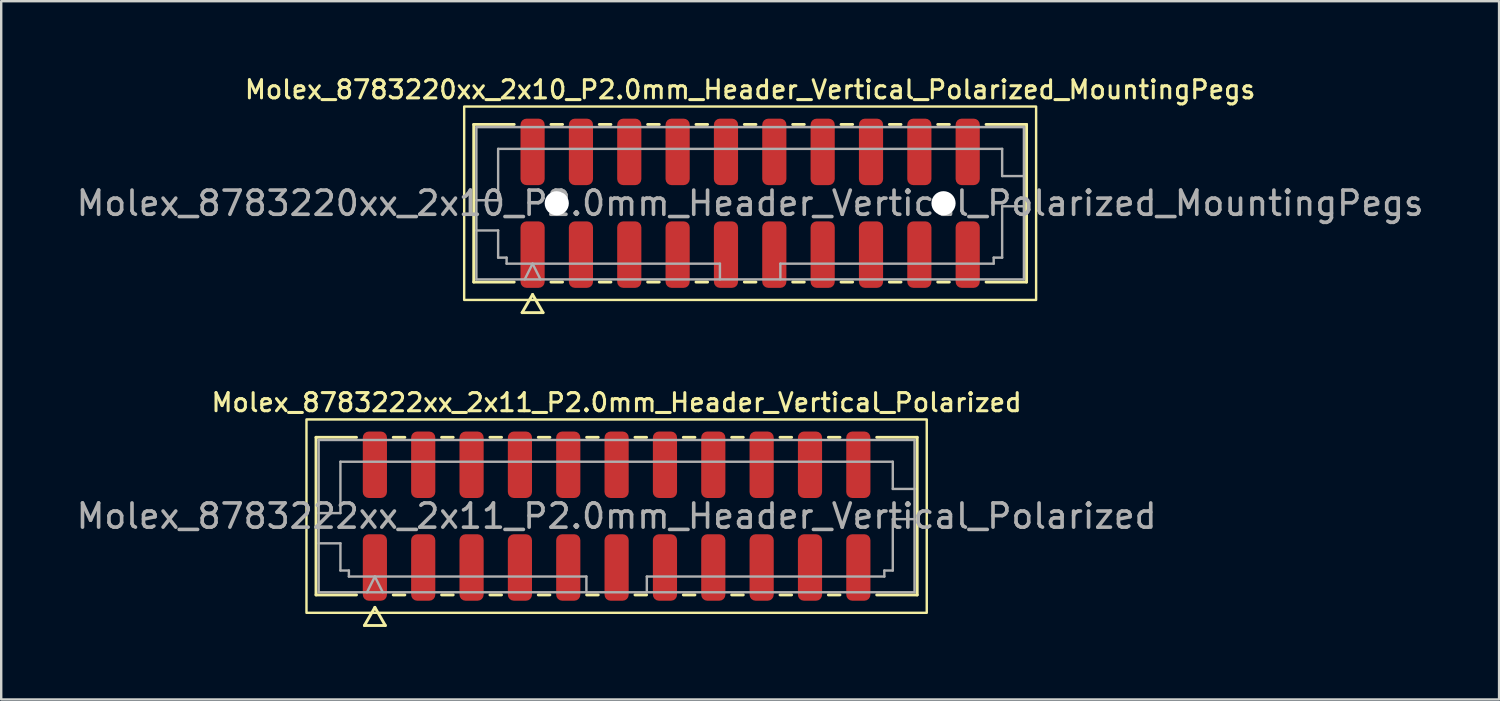
<source format=kicad_pcb>
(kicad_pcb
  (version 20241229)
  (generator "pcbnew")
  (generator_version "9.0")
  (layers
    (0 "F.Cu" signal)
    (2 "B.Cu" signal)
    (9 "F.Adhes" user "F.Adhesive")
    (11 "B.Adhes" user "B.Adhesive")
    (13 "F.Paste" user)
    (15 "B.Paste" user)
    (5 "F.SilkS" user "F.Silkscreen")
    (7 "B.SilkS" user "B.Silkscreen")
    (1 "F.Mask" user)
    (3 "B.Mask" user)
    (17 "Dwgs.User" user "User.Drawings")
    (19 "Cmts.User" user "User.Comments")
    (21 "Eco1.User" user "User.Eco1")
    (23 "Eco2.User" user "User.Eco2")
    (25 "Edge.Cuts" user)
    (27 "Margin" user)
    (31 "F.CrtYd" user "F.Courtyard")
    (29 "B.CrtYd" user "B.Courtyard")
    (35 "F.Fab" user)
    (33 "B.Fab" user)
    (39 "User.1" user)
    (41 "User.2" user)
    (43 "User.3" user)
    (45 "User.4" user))
  (footprint "Molex_8783222xx_2x11_P2.0mm_Header_Vertical_Polarized"
    (layer "F.Cu")
    (at 22.458 18.301)
    (property "Reference" "Molex_8783222xx_2x11_P2.0mm_Header_Vertical_Polarized" (at 0 -4.7 0) (layer "F.SilkS") (effects (font (size 0.75 0.75) (thickness 0.125))))
    (attr smd)
    (fp_line (start -12.435 -3.26) (end -10.76 -3.26) (stroke (width 0.12) (type solid)) (layer "F.SilkS"))
    (fp_line (start -12.435 3.26) (end -12.435 -3.26) (stroke (width 0.12) (type solid)) (layer "F.SilkS"))
    (fp_line (start -10.76 3.26) (end -12.435 3.26) (stroke (width 0.12) (type solid)) (layer "F.SilkS"))
    (fp_line (start -10.433 4.525) (end -10 3.775) (stroke (width 0.12) (type solid)) (layer "F.SilkS"))
    (fp_line (start -10 3.775) (end -9.567 4.525) (stroke (width 0.12) (type solid)) (layer "F.SilkS"))
    (fp_line (start -9.567 4.525) (end -10.433 4.525) (stroke (width 0.12) (type solid)) (layer "F.SilkS"))
    (fp_line (start -9.24 -3.26) (end -8.76 -3.26) (stroke (width 0.12) (type solid)) (layer "F.SilkS"))
    (fp_line (start -8.76 3.26) (end -9.24 3.26) (stroke (width 0.12) (type solid)) (layer "F.SilkS"))
    (fp_line (start -7.24 -3.26) (end -6.76 -3.26) (stroke (width 0.12) (type solid)) (layer "F.SilkS"))
    (fp_line (start -6.76 3.26) (end -7.24 3.26) (stroke (width 0.12) (type solid)) (layer "F.SilkS"))
    (fp_line (start -5.24 -3.26) (end -4.76 -3.26) (stroke (width 0.12) (type solid)) (layer "F.SilkS"))
    (fp_line (start -4.76 3.26) (end -5.24 3.26) (stroke (width 0.12) (type solid)) (layer "F.SilkS"))
    (fp_line (start -3.24 -3.26) (end -2.76 -3.26) (stroke (width 0.12) (type solid)) (layer "F.SilkS"))
    (fp_line (start -2.76 3.26) (end -3.24 3.26) (stroke (width 0.12) (type solid)) (layer "F.SilkS"))
    (fp_line (start -1.24 -3.26) (end -0.76 -3.26) (stroke (width 0.12) (type solid)) (layer "F.SilkS"))
    (fp_line (start -0.76 3.26) (end -1.24 3.26) (stroke (width 0.12) (type solid)) (layer "F.SilkS"))
    (fp_line (start 0.76 -3.26) (end 1.24 -3.26) (stroke (width 0.12) (type solid)) (layer "F.SilkS"))
    (fp_line (start 1.24 3.26) (end 0.76 3.26) (stroke (width 0.12) (type solid)) (layer "F.SilkS"))
    (fp_line (start 2.76 -3.26) (end 3.24 -3.26) (stroke (width 0.12) (type solid)) (layer "F.SilkS"))
    (fp_line (start 3.24 3.26) (end 2.76 3.26) (stroke (width 0.12) (type solid)) (layer "F.SilkS"))
    (fp_line (start 4.76 -3.26) (end 5.24 -3.26) (stroke (width 0.12) (type solid)) (layer "F.SilkS"))
    (fp_line (start 5.24 3.26) (end 4.76 3.26) (stroke (width 0.12) (type solid)) (layer "F.SilkS"))
    (fp_line (start 6.76 -3.26) (end 7.24 -3.26) (stroke (width 0.12) (type solid)) (layer "F.SilkS"))
    (fp_line (start 7.24 3.26) (end 6.76 3.26) (stroke (width 0.12) (type solid)) (layer "F.SilkS"))
    (fp_line (start 8.76 -3.26) (end 9.24 -3.26) (stroke (width 0.12) (type solid)) (layer "F.SilkS"))
    (fp_line (start 9.24 3.26) (end 8.76 3.26) (stroke (width 0.12) (type solid)) (layer "F.SilkS"))
    (fp_line (start 10.76 -3.26) (end 12.435 -3.26) (stroke (width 0.12) (type solid)) (layer "F.SilkS"))
    (fp_line (start 12.435 -3.26) (end 12.435 3.26) (stroke (width 0.12) (type solid)) (layer "F.SilkS"))
    (fp_line (start 12.435 3.26) (end 10.76 3.26) (stroke (width 0.12) (type solid)) (layer "F.SilkS"))
    (fp_rect (start -12.83 -4) (end 12.83 4) (stroke (width 0.1) (type solid)) (fill no) (layer "F.SilkS"))
    (fp_line (start -12.325 -3.15) (end 12.325 -3.15) (stroke (width 0.1) (type solid)) (layer "F.Fab"))
    (fp_line (start -12.325 -0.125) (end -11.425 -0.125) (stroke (width 0.1) (type solid)) (layer "F.Fab"))
    (fp_line (start -12.325 1.125) (end -11.425 1.125) (stroke (width 0.1) (type solid)) (layer "F.Fab"))
    (fp_line (start -12.325 3.15) (end -12.325 -3.15) (stroke (width 0.1) (type solid)) (layer "F.Fab"))
    (fp_line (start -11.425 -2.25) (end 11.425 -2.25) (stroke (width 0.1) (type solid)) (layer "F.Fab"))
    (fp_line (start -11.425 -0.125) (end -11.425 -2.25) (stroke (width 0.1) (type solid)) (layer "F.Fab"))
    (fp_line (start -11.425 1.125) (end -11.425 2.25) (stroke (width 0.1) (type solid)) (layer "F.Fab"))
    (fp_line (start -11.425 2.25) (end -11.075 2.25) (stroke (width 0.1) (type solid)) (layer "F.Fab"))
    (fp_line (start -11.075 2.25) (end -11.075 2.5) (stroke (width 0.1) (type solid)) (layer "F.Fab"))
    (fp_line (start -11.075 2.5) (end -1.25 2.5) (stroke (width 0.1) (type solid)) (layer "F.Fab"))
    (fp_line (start -10.325 3.15) (end -10 2.5) (stroke (width 0.1) (type solid)) (layer "F.Fab"))
    (fp_line (start -10 2.5) (end -9.675 3.15) (stroke (width 0.1) (type solid)) (layer "F.Fab"))
    (fp_line (start -1.25 2.5) (end -1.25 3.15) (stroke (width 0.1) (type solid)) (layer "F.Fab"))
    (fp_line (start 1.25 2.5) (end 1.25 3.15) (stroke (width 0.1) (type solid)) (layer "F.Fab"))
    (fp_line (start 1.25 2.5) (end 11.075 2.5) (stroke (width 0.1) (type solid)) (layer "F.Fab"))
    (fp_line (start 11.075 2.25) (end 11.425 2.25) (stroke (width 0.1) (type solid)) (layer "F.Fab"))
    (fp_line (start 11.075 2.5) (end 11.075 2.25) (stroke (width 0.1) (type solid)) (layer "F.Fab"))
    (fp_line (start 11.425 -2.25) (end 11.425 -1.125) (stroke (width 0.1) (type solid)) (layer "F.Fab"))
    (fp_line (start 11.425 -1.125) (end 12.325 -1.125) (stroke (width 0.1) (type solid)) (layer "F.Fab"))
    (fp_line (start 11.425 0.125) (end 12.325 0.125) (stroke (width 0.1) (type solid)) (layer "F.Fab"))
    (fp_line (start 11.425 2.25) (end 11.425 0.125) (stroke (width 0.1) (type solid)) (layer "F.Fab"))
    (fp_line (start 12.325 -3.15) (end 12.325 3.15) (stroke (width 0.1) (type solid)) (layer "F.Fab"))
    (fp_line (start 12.325 3.15) (end -12.325 3.15) (stroke (width 0.1) (type solid)) (layer "F.Fab"))
    (fp_text user "${REFERENCE}" (at 0 0 0) (layer "F.Fab") (effects (font (size 1 1) (thickness 0.15))))
    (pad "1" smd roundrect (at -10 2.125) (size 1 2.75) (layers "F.Cu" "F.Mask" "F.Paste") (roundrect_rratio 0.25))
    (pad "2" smd roundrect (at -10 -2.125) (size 1 2.75) (layers "F.Cu" "F.Mask" "F.Paste") (roundrect_rratio 0.25))
    (pad "3" smd roundrect (at -8 2.125) (size 1 2.75) (layers "F.Cu" "F.Mask" "F.Paste") (roundrect_rratio 0.25))
    (pad "4" smd roundrect (at -8 -2.125) (size 1 2.75) (layers "F.Cu" "F.Mask" "F.Paste") (roundrect_rratio 0.25))
    (pad "5" smd roundrect (at -6 2.125) (size 1 2.75) (layers "F.Cu" "F.Mask" "F.Paste") (roundrect_rratio 0.25))
    (pad "6" smd roundrect (at -6 -2.125) (size 1 2.75) (layers "F.Cu" "F.Mask" "F.Paste") (roundrect_rratio 0.25))
    (pad "7" smd roundrect (at -4 2.125) (size 1 2.75) (layers "F.Cu" "F.Mask" "F.Paste") (roundrect_rratio 0.25))
    (pad "8" smd roundrect (at -4 -2.125) (size 1 2.75) (layers "F.Cu" "F.Mask" "F.Paste") (roundrect_rratio 0.25))
    (pad "9" smd roundrect (at -2 2.125) (size 1 2.75) (layers "F.Cu" "F.Mask" "F.Paste") (roundrect_rratio 0.25))
    (pad "10" smd roundrect (at -2 -2.125) (size 1 2.75) (layers "F.Cu" "F.Mask" "F.Paste") (roundrect_rratio 0.25))
    (pad "11" smd roundrect (at 0 2.125) (size 1 2.75) (layers "F.Cu" "F.Mask" "F.Paste") (roundrect_rratio 0.25))
    (pad "12" smd roundrect (at 0 -2.125) (size 1 2.75) (layers "F.Cu" "F.Mask" "F.Paste") (roundrect_rratio 0.25))
    (pad "13" smd roundrect (at 2 2.125) (size 1 2.75) (layers "F.Cu" "F.Mask" "F.Paste") (roundrect_rratio 0.25))
    (pad "14" smd roundrect (at 2 -2.125) (size 1 2.75) (layers "F.Cu" "F.Mask" "F.Paste") (roundrect_rratio 0.25))
    (pad "15" smd roundrect (at 4 2.125) (size 1 2.75) (layers "F.Cu" "F.Mask" "F.Paste") (roundrect_rratio 0.25))
    (pad "16" smd roundrect (at 4 -2.125) (size 1 2.75) (layers "F.Cu" "F.Mask" "F.Paste") (roundrect_rratio 0.25))
    (pad "17" smd roundrect (at 6 2.125) (size 1 2.75) (layers "F.Cu" "F.Mask" "F.Paste") (roundrect_rratio 0.25))
    (pad "18" smd roundrect (at 6 -2.125) (size 1 2.75) (layers "F.Cu" "F.Mask" "F.Paste") (roundrect_rratio 0.25))
    (pad "19" smd roundrect (at 8 2.125) (size 1 2.75) (layers "F.Cu" "F.Mask" "F.Paste") (roundrect_rratio 0.25))
    (pad "20" smd roundrect (at 8 -2.125) (size 1 2.75) (layers "F.Cu" "F.Mask" "F.Paste") (roundrect_rratio 0.25))
    (pad "21" smd roundrect (at 10 2.125) (size 1 2.75) (layers "F.Cu" "F.Mask" "F.Paste") (roundrect_rratio 0.25))
    (pad "22" smd roundrect (at 10 -2.125) (size 1 2.75) (layers "F.Cu" "F.Mask" "F.Paste") (roundrect_rratio 0.25)))
  (footprint "Molex_8783220xx_2x10_P2.0mm_Header_Vertical_Polarized_MountingPegs"
    (layer "F.Cu")
    (at 27.982 5.358)
    (property "Reference" "Molex_8783220xx_2x10_P2.0mm_Header_Vertical_Polarized_MountingPegs" (at 0 -4.7 0) (layer "F.SilkS") (effects (font (size 0.75 0.75) (thickness 0.125))))
    (attr smd)
    (fp_line (start -11.435 -3.26) (end -9.76 -3.26) (stroke (width 0.12) (type solid)) (layer "F.SilkS"))
    (fp_line (start -11.435 3.26) (end -11.435 -3.26) (stroke (width 0.12) (type solid)) (layer "F.SilkS"))
    (fp_line (start -9.76 3.26) (end -11.435 3.26) (stroke (width 0.12) (type solid)) (layer "F.SilkS"))
    (fp_line (start -9.433 4.525) (end -9 3.775) (stroke (width 0.12) (type solid)) (layer "F.SilkS"))
    (fp_line (start -9 3.775) (end -8.567 4.525) (stroke (width 0.12) (type solid)) (layer "F.SilkS"))
    (fp_line (start -8.567 4.525) (end -9.433 4.525) (stroke (width 0.12) (type solid)) (layer "F.SilkS"))
    (fp_line (start -8.24 -3.26) (end -7.76 -3.26) (stroke (width 0.12) (type solid)) (layer "F.SilkS"))
    (fp_line (start -7.76 3.26) (end -8.24 3.26) (stroke (width 0.12) (type solid)) (layer "F.SilkS"))
    (fp_line (start -6.24 -3.26) (end -5.76 -3.26) (stroke (width 0.12) (type solid)) (layer "F.SilkS"))
    (fp_line (start -5.76 3.26) (end -6.24 3.26) (stroke (width 0.12) (type solid)) (layer "F.SilkS"))
    (fp_line (start -4.24 -3.26) (end -3.76 -3.26) (stroke (width 0.12) (type solid)) (layer "F.SilkS"))
    (fp_line (start -3.76 3.26) (end -4.24 3.26) (stroke (width 0.12) (type solid)) (layer "F.SilkS"))
    (fp_line (start -2.24 -3.26) (end -1.76 -3.26) (stroke (width 0.12) (type solid)) (layer "F.SilkS"))
    (fp_line (start -1.76 3.26) (end -2.24 3.26) (stroke (width 0.12) (type solid)) (layer "F.SilkS"))
    (fp_line (start -0.24 -3.26) (end 0.24 -3.26) (stroke (width 0.12) (type solid)) (layer "F.SilkS"))
    (fp_line (start 0.24 3.26) (end -0.24 3.26) (stroke (width 0.12) (type solid)) (layer "F.SilkS"))
    (fp_line (start 1.76 -3.26) (end 2.24 -3.26) (stroke (width 0.12) (type solid)) (layer "F.SilkS"))
    (fp_line (start 2.24 3.26) (end 1.76 3.26) (stroke (width 0.12) (type solid)) (layer "F.SilkS"))
    (fp_line (start 3.76 -3.26) (end 4.24 -3.26) (stroke (width 0.12) (type solid)) (layer "F.SilkS"))
    (fp_line (start 4.24 3.26) (end 3.76 3.26) (stroke (width 0.12) (type solid)) (layer "F.SilkS"))
    (fp_line (start 5.76 -3.26) (end 6.24 -3.26) (stroke (width 0.12) (type solid)) (layer "F.SilkS"))
    (fp_line (start 6.24 3.26) (end 5.76 3.26) (stroke (width 0.12) (type solid)) (layer "F.SilkS"))
    (fp_line (start 7.76 -3.26) (end 8.24 -3.26) (stroke (width 0.12) (type solid)) (layer "F.SilkS"))
    (fp_line (start 8.24 3.26) (end 7.76 3.26) (stroke (width 0.12) (type solid)) (layer "F.SilkS"))
    (fp_line (start 9.76 -3.26) (end 11.435 -3.26) (stroke (width 0.12) (type solid)) (layer "F.SilkS"))
    (fp_line (start 11.435 -3.26) (end 11.435 3.26) (stroke (width 0.12) (type solid)) (layer "F.SilkS"))
    (fp_line (start 11.435 3.26) (end 9.76 3.26) (stroke (width 0.12) (type solid)) (layer "F.SilkS"))
    (fp_rect (start -11.83 -4) (end 11.83 4) (stroke (width 0.1) (type solid)) (fill no) (layer "F.SilkS"))
    (fp_line (start -11.325 -3.15) (end 11.325 -3.15) (stroke (width 0.1) (type solid)) (layer "F.Fab"))
    (fp_line (start -11.325 -0.125) (end -10.425 -0.125) (stroke (width 0.1) (type solid)) (layer "F.Fab"))
    (fp_line (start -11.325 1.125) (end -10.425 1.125) (stroke (width 0.1) (type solid)) (layer "F.Fab"))
    (fp_line (start -11.325 3.15) (end -11.325 -3.15) (stroke (width 0.1) (type solid)) (layer "F.Fab"))
    (fp_line (start -10.425 -2.25) (end 10.425 -2.25) (stroke (width 0.1) (type solid)) (layer "F.Fab"))
    (fp_line (start -10.425 -0.125) (end -10.425 -2.25) (stroke (width 0.1) (type solid)) (layer "F.Fab"))
    (fp_line (start -10.425 1.125) (end -10.425 2.25) (stroke (width 0.1) (type solid)) (layer "F.Fab"))
    (fp_line (start -10.425 2.25) (end -10.075 2.25) (stroke (width 0.1) (type solid)) (layer "F.Fab"))
    (fp_line (start -10.075 2.25) (end -10.075 2.5) (stroke (width 0.1) (type solid)) (layer "F.Fab"))
    (fp_line (start -10.075 2.5) (end -1.25 2.5) (stroke (width 0.1) (type solid)) (layer "F.Fab"))
    (fp_line (start -9.325 3.15) (end -9 2.5) (stroke (width 0.1) (type solid)) (layer "F.Fab"))
    (fp_line (start -9 2.5) (end -8.675 3.15) (stroke (width 0.1) (type solid)) (layer "F.Fab"))
    (fp_line (start -1.25 2.5) (end -1.25 3.15) (stroke (width 0.1) (type solid)) (layer "F.Fab"))
    (fp_line (start 1.25 2.5) (end 1.25 3.15) (stroke (width 0.1) (type solid)) (layer "F.Fab"))
    (fp_line (start 1.25 2.5) (end 10.075 2.5) (stroke (width 0.1) (type solid)) (layer "F.Fab"))
    (fp_line (start 10.075 2.25) (end 10.425 2.25) (stroke (width 0.1) (type solid)) (layer "F.Fab"))
    (fp_line (start 10.075 2.5) (end 10.075 2.25) (stroke (width 0.1) (type solid)) (layer "F.Fab"))
    (fp_line (start 10.425 -2.25) (end 10.425 -1.125) (stroke (width 0.1) (type solid)) (layer "F.Fab"))
    (fp_line (start 10.425 -1.125) (end 11.325 -1.125) (stroke (width 0.1) (type solid)) (layer "F.Fab"))
    (fp_line (start 10.425 0.125) (end 11.325 0.125) (stroke (width 0.1) (type solid)) (layer "F.Fab"))
    (fp_line (start 10.425 2.25) (end 10.425 0.125) (stroke (width 0.1) (type solid)) (layer "F.Fab"))
    (fp_line (start 11.325 -3.15) (end 11.325 3.15) (stroke (width 0.1) (type solid)) (layer "F.Fab"))
    (fp_line (start 11.325 3.15) (end -11.325 3.15) (stroke (width 0.1) (type solid)) (layer "F.Fab"))
    (fp_text user "${REFERENCE}" (at 0 0 0) (layer "F.Fab") (effects (font (size 1 1) (thickness 0.15))))
    (pad "" np_thru_hole circle (at -8 0) (size 1 1) (drill 1) (layers "*.Cu" "*.Mask"))
    (pad "" np_thru_hole circle (at 8 0) (size 1 1) (drill 1) (layers "*.Cu" "*.Mask"))
    (pad "1" smd roundrect (at -9 2.125) (size 1 2.75) (layers "F.Cu" "F.Mask" "F.Paste") (roundrect_rratio 0.25))
    (pad "2" smd roundrect (at -9 -2.125) (size 1 2.75) (layers "F.Cu" "F.Mask" "F.Paste") (roundrect_rratio 0.25))
    (pad "3" smd roundrect (at -7 2.125) (size 1 2.75) (layers "F.Cu" "F.Mask" "F.Paste") (roundrect_rratio 0.25))
    (pad "4" smd roundrect (at -7 -2.125) (size 1 2.75) (layers "F.Cu" "F.Mask" "F.Paste") (roundrect_rratio 0.25))
    (pad "5" smd roundrect (at -5 2.125) (size 1 2.75) (layers "F.Cu" "F.Mask" "F.Paste") (roundrect_rratio 0.25))
    (pad "6" smd roundrect (at -5 -2.125) (size 1 2.75) (layers "F.Cu" "F.Mask" "F.Paste") (roundrect_rratio 0.25))
    (pad "7" smd roundrect (at -3 2.125) (size 1 2.75) (layers "F.Cu" "F.Mask" "F.Paste") (roundrect_rratio 0.25))
    (pad "8" smd roundrect (at -3 -2.125) (size 1 2.75) (layers "F.Cu" "F.Mask" "F.Paste") (roundrect_rratio 0.25))
    (pad "9" smd roundrect (at -1 2.125) (size 1 2.75) (layers "F.Cu" "F.Mask" "F.Paste") (roundrect_rratio 0.25))
    (pad "10" smd roundrect (at -1 -2.125) (size 1 2.75) (layers "F.Cu" "F.Mask" "F.Paste") (roundrect_rratio 0.25))
    (pad "11" smd roundrect (at 1 2.125) (size 1 2.75) (layers "F.Cu" "F.Mask" "F.Paste") (roundrect_rratio 0.25))
    (pad "12" smd roundrect (at 1 -2.125) (size 1 2.75) (layers "F.Cu" "F.Mask" "F.Paste") (roundrect_rratio 0.25))
    (pad "13" smd roundrect (at 3 2.125) (size 1 2.75) (layers "F.Cu" "F.Mask" "F.Paste") (roundrect_rratio 0.25))
    (pad "14" smd roundrect (at 3 -2.125) (size 1 2.75) (layers "F.Cu" "F.Mask" "F.Paste") (roundrect_rratio 0.25))
    (pad "15" smd roundrect (at 5 2.125) (size 1 2.75) (layers "F.Cu" "F.Mask" "F.Paste") (roundrect_rratio 0.25))
    (pad "16" smd roundrect (at 5 -2.125) (size 1 2.75) (layers "F.Cu" "F.Mask" "F.Paste") (roundrect_rratio 0.25))
    (pad "17" smd roundrect (at 7 2.125) (size 1 2.75) (layers "F.Cu" "F.Mask" "F.Paste") (roundrect_rratio 0.25))
    (pad "18" smd roundrect (at 7 -2.125) (size 1 2.75) (layers "F.Cu" "F.Mask" "F.Paste") (roundrect_rratio 0.25))
    (pad "19" smd roundrect (at 9 2.125) (size 1 2.75) (layers "F.Cu" "F.Mask" "F.Paste") (roundrect_rratio 0.25))
    (pad "20" smd roundrect (at 9 -2.125) (size 1 2.75) (layers "F.Cu" "F.Mask" "F.Paste") (roundrect_rratio 0.25)))
  (gr_rect
    (start -3 -3)
    (end 58.964 25.886)
    (stroke (width 0.1) (type default))
    (fill no)
    (layer "Edge.Cuts")))
</source>
